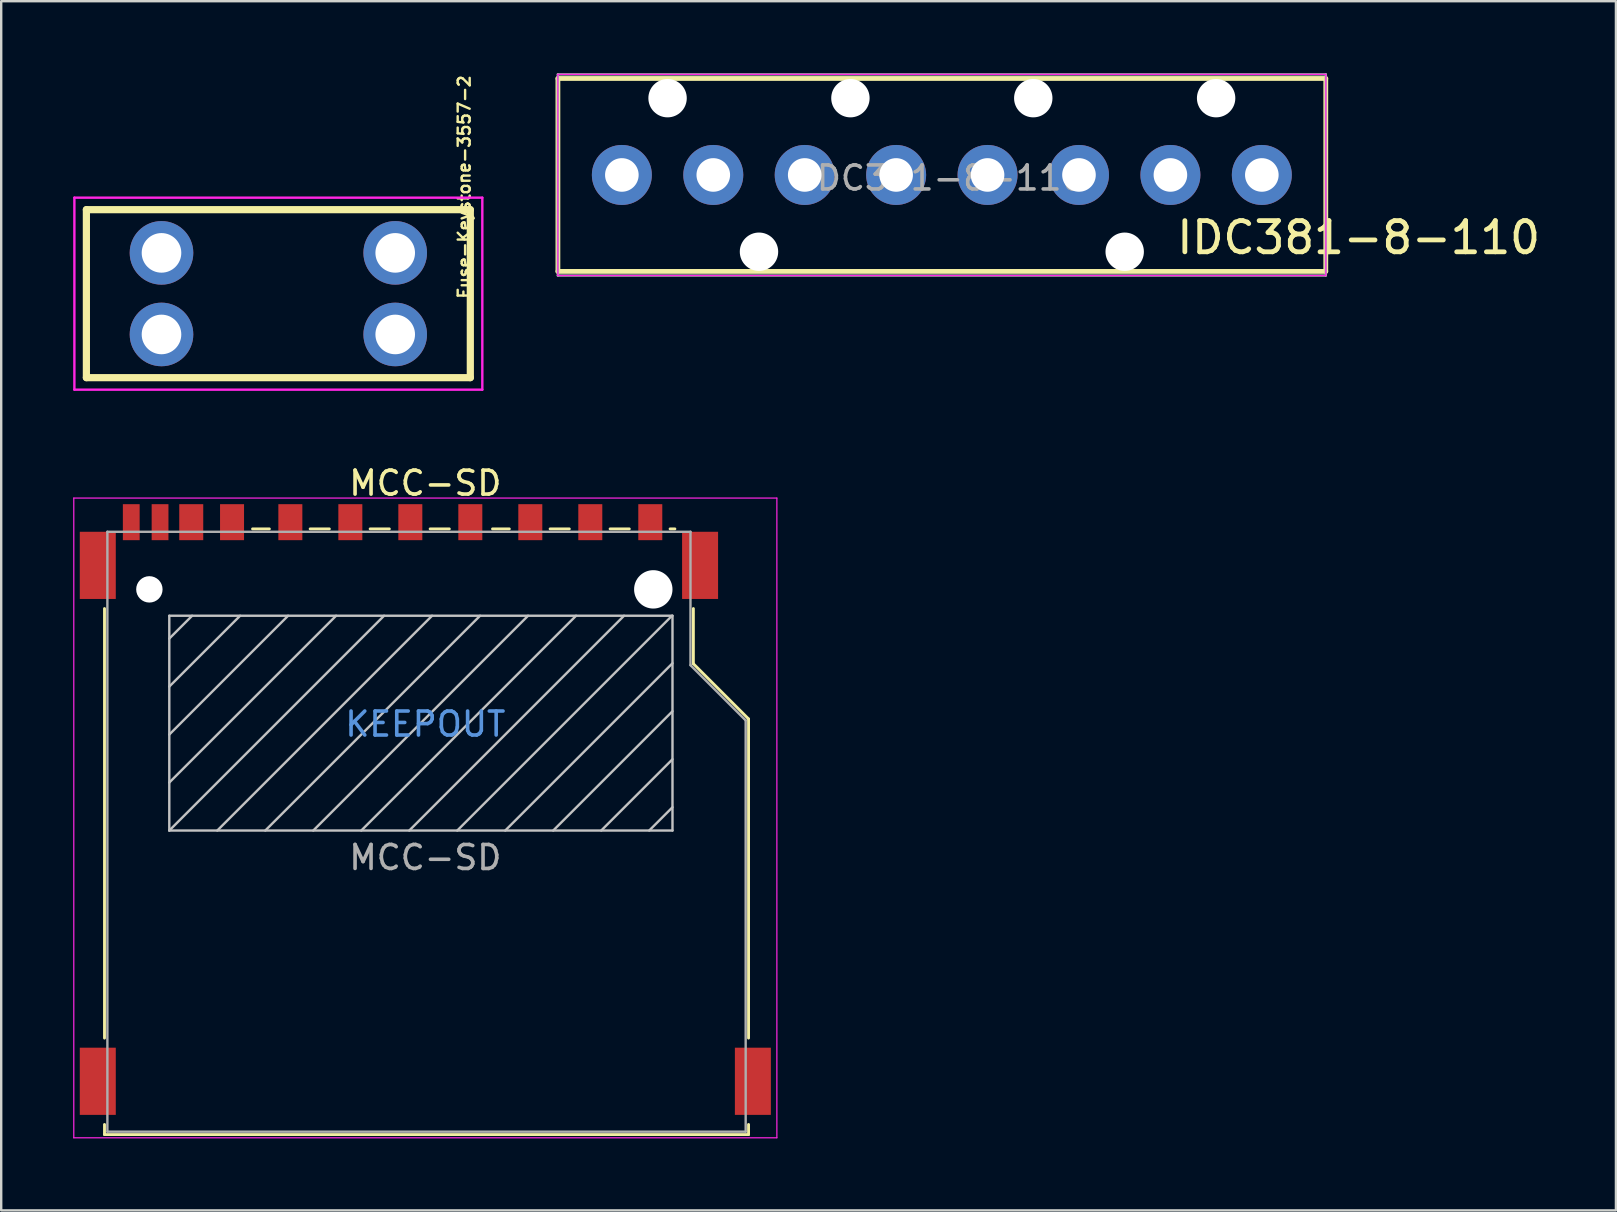
<source format=kicad_pcb>
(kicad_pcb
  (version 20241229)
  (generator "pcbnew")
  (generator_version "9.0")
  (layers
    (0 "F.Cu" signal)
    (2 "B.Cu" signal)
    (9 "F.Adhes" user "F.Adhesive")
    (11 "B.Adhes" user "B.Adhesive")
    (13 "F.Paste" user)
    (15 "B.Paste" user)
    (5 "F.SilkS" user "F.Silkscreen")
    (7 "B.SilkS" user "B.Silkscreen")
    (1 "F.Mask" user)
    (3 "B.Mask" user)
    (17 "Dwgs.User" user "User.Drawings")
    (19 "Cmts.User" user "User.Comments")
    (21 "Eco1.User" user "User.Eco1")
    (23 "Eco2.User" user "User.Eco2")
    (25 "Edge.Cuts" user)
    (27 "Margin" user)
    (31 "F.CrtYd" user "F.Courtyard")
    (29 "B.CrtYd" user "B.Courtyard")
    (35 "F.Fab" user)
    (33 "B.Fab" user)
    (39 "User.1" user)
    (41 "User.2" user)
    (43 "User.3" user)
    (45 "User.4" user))
  (footprint "MCC-SD"
    (layer "F.Cu")
    (at 14.675 30.686)
    (property "Reference" "MCC-SD" (at 0 -13.6 0) (layer "F.SilkS") (effects (font (size 1 1) (thickness 0.15))))
    (attr smd)
    (fp_line (start -13.37 -8.375) (end -13.37 9.525) (stroke (width 0.12) (type solid)) (layer "F.SilkS"))
    (fp_line (start -13.37 13.125) (end -13.37 13.545) (stroke (width 0.12) (type solid)) (layer "F.SilkS"))
    (fp_line (start -13.37 13.545) (end 13.47 13.545) (stroke (width 0.12) (type solid)) (layer "F.SilkS"))
    (fp_line (start -7.2 -11.695) (end -6.5 -11.695) (stroke (width 0.12) (type solid)) (layer "F.SilkS"))
    (fp_line (start -4.8 -11.695) (end -4 -11.695) (stroke (width 0.12) (type solid)) (layer "F.SilkS"))
    (fp_line (start -2.3 -11.695) (end -1.5 -11.695) (stroke (width 0.12) (type solid)) (layer "F.SilkS"))
    (fp_line (start 0.2 -11.695) (end 1 -11.695) (stroke (width 0.12) (type solid)) (layer "F.SilkS"))
    (fp_line (start 2.8 -11.695) (end 3.5 -11.695) (stroke (width 0.12) (type solid)) (layer "F.SilkS"))
    (fp_line (start 5.2 -11.695) (end 6 -11.695) (stroke (width 0.12) (type solid)) (layer "F.SilkS"))
    (fp_line (start 7.7 -11.695) (end 8.5 -11.695) (stroke (width 0.12) (type solid)) (layer "F.SilkS"))
    (fp_line (start 10.2 -11.695) (end 10.4 -11.695) (stroke (width 0.12) (type solid)) (layer "F.SilkS"))
    (fp_line (start 11.17 -8.375) (end 11.17 -6.075) (stroke (width 0.12) (type solid)) (layer "F.SilkS"))
    (fp_line (start 11.17 -6.075) (end 13.47 -3.775) (stroke (width 0.12) (type solid)) (layer "F.SilkS"))
    (fp_line (start 13.47 -3.775) (end 13.47 9.525) (stroke (width 0.12) (type solid)) (layer "F.SilkS"))
    (fp_line (start 13.47 13.545) (end 13.47 13.125) (stroke (width 0.12) (type solid)) (layer "F.SilkS"))
    (fp_line (start -10.67 -8.075) (end -10.67 0.875) (stroke (width 0.1) (type solid)) (layer "Dwgs.User"))
    (fp_line (start -10.67 0.875) (end 10.3 0.875) (stroke (width 0.1) (type solid)) (layer "Dwgs.User"))
    (fp_line (start -9.72 -8.075) (end -10.67 -7.125) (stroke (width 0.1) (type solid)) (layer "Dwgs.User"))
    (fp_line (start -7.72 -8.075) (end -10.67 -5.125) (stroke (width 0.1) (type solid)) (layer "Dwgs.User"))
    (fp_line (start -5.72 -8.075) (end -10.67 -3.125) (stroke (width 0.1) (type solid)) (layer "Dwgs.User"))
    (fp_line (start -3.72 -8.075) (end -10.67 -1.125) (stroke (width 0.1) (type solid)) (layer "Dwgs.User"))
    (fp_line (start -1.72 -8.075) (end -10.67 0.875) (stroke (width 0.1) (type solid)) (layer "Dwgs.User"))
    (fp_line (start 0.28 -8.075) (end -8.67 0.875) (stroke (width 0.1) (type solid)) (layer "Dwgs.User"))
    (fp_line (start 2.28 -8.075) (end -6.67 0.875) (stroke (width 0.1) (type solid)) (layer "Dwgs.User"))
    (fp_line (start 4.28 -8.075) (end -4.67 0.875) (stroke (width 0.1) (type solid)) (layer "Dwgs.User"))
    (fp_line (start 6.28 -8.075) (end -2.67 0.875) (stroke (width 0.1) (type solid)) (layer "Dwgs.User"))
    (fp_line (start 8.28 -8.075) (end -0.67 0.875) (stroke (width 0.1) (type solid)) (layer "Dwgs.User"))
    (fp_line (start 10.28 -8.075) (end 1.33 0.875) (stroke (width 0.1) (type solid)) (layer "Dwgs.User"))
    (fp_line (start 10.3 -8.075) (end -10.67 -8.075) (stroke (width 0.1) (type solid)) (layer "Dwgs.User"))
    (fp_line (start 10.3 -6.095) (end 3.33 0.875) (stroke (width 0.1) (type solid)) (layer "Dwgs.User"))
    (fp_line (start 10.3 -4.095) (end 5.33 0.875) (stroke (width 0.1) (type solid)) (layer "Dwgs.User"))
    (fp_line (start 10.3 -2.095) (end 7.33 0.875) (stroke (width 0.1) (type solid)) (layer "Dwgs.User"))
    (fp_line (start 10.3 -0.095) (end 9.33 0.875) (stroke (width 0.1) (type solid)) (layer "Dwgs.User"))
    (fp_line (start 10.3 0.875) (end 10.3 -8.075) (stroke (width 0.1) (type solid)) (layer "Dwgs.User"))
    (fp_line (start -14.65 -12.98) (end -14.65 13.68) (stroke (width 0.05) (type solid)) (layer "F.CrtYd"))
    (fp_line (start -14.65 -12.98) (end 14.65 -12.98) (stroke (width 0.05) (type solid)) (layer "F.CrtYd"))
    (fp_line (start 14.65 13.68) (end -14.65 13.68) (stroke (width 0.05) (type solid)) (layer "F.CrtYd"))
    (fp_line (start 14.65 13.68) (end 14.65 -12.98) (stroke (width 0.05) (type solid)) (layer "F.CrtYd"))
    (fp_line (start -13.25 -11.575) (end -13.25 13.425) (stroke (width 0.1) (type solid)) (layer "F.Fab"))
    (fp_line (start -13.25 13.425) (end 13.35 13.425) (stroke (width 0.1) (type solid)) (layer "F.Fab"))
    (fp_line (start 11.05 -11.575) (end -13.25 -11.575) (stroke (width 0.1) (type solid)) (layer "F.Fab"))
    (fp_line (start 11.05 -6.015) (end 11.05 -11.575) (stroke (width 0.1) (type solid)) (layer "F.Fab"))
    (fp_line (start 13.35 -3.715) (end 11.05 -6.015) (stroke (width 0.1) (type solid)) (layer "F.Fab"))
    (fp_line (start 13.35 13.425) (end 13.35 -3.715) (stroke (width 0.1) (type solid)) (layer "F.Fab"))
    (fp_text user "KEEPOUT" (at 0 -3.56 0) (layer "Cmts.User") (effects (font (size 1 1) (thickness 0.15))))
    (fp_text user "${REFERENCE}" (at 0 2 0) (layer "F.Fab") (effects (font (size 1 1) (thickness 0.15))))
    (pad "" np_thru_hole circle (at -11.5 -9.175) (size 1.1 1.1) (drill 1.1) (layers "*.Cu" "*.Mask"))
    (pad "" np_thru_hole circle (at 9.5 -9.175) (size 1.6 1.6) (drill 1.6) (layers "*.Cu" "*.Mask"))
    (pad "1" smd rect (at 6.875 -11.975) (size 1 1.5) (layers "F.Cu" "F.Mask" "F.Paste"))
    (pad "2" smd rect (at 4.375 -11.975) (size 1 1.5) (layers "F.Cu" "F.Mask" "F.Paste"))
    (pad "3" smd rect (at 1.875 -11.975) (size 1 1.5) (layers "F.Cu" "F.Mask" "F.Paste"))
    (pad "4" smd rect (at -0.625 -11.975) (size 1 1.5) (layers "F.Cu" "F.Mask" "F.Paste"))
    (pad "5" smd rect (at -3.125 -11.975) (size 1 1.5) (layers "F.Cu" "F.Mask" "F.Paste"))
    (pad "6" smd rect (at -5.625 -11.975) (size 1 1.5) (layers "F.Cu" "F.Mask" "F.Paste"))
    (pad "7" smd rect (at -8.055 -11.975) (size 1 1.5) (layers "F.Cu" "F.Mask" "F.Paste"))
    (pad "8" smd rect (at -9.755 -11.975) (size 1 1.5) (layers "F.Cu" "F.Mask" "F.Paste"))
    (pad "9" smd rect (at 9.375 -11.975) (size 1 1.5) (layers "F.Cu" "F.Mask" "F.Paste"))
    (pad "10" smd rect (at -11.055 -11.975) (size 0.7 1.5) (layers "F.Cu" "F.Mask" "F.Paste"))
    (pad "11" smd rect (at -12.255 -11.975) (size 0.7 1.5) (layers "F.Cu" "F.Mask" "F.Paste"))
    (pad "12" smd rect (at -13.65 -10.175) (size 1.5 2.8) (layers "F.Cu" "F.Mask" "F.Paste"))
    (pad "12" smd rect (at -13.65 11.325) (size 1.5 2.8) (layers "F.Cu" "F.Mask" "F.Paste"))
    (pad "12" smd rect (at 11.45 -10.175) (size 1.5 2.8) (layers "F.Cu" "F.Mask" "F.Paste"))
    (pad "12" smd rect (at 13.65 11.325) (size 1.5 2.8) (layers "F.Cu" "F.Mask" "F.Paste")))
  (footprint "IDC381-8-110"
    (layer "F.Cu")
    (at 36.2 4.241)
    (property "Reference" "IDC381-8-110" (at 17.37 2.612 0) (layer "F.SilkS") (effects (font (size 1.3 1.3) (thickness 0.2))))
    (attr through_hole)
    (fp_line (start -16 -4.02) (end -16 4.02) (stroke (width 0.2) (type solid)) (layer "F.SilkS"))
    (fp_line (start -16 -4.02) (end 16 -4.02) (stroke (width 0.2) (type solid)) (layer "F.SilkS"))
    (fp_line (start 16 -4.02) (end 16 4.02) (stroke (width 0.2) (type solid)) (layer "F.SilkS"))
    (fp_line (start 16 4.02) (end -16 4.02) (stroke (width 0.2) (type solid)) (layer "F.SilkS"))
    (fp_line (start -16.002 -4.191) (end 16.002 -4.191) (stroke (width 0.05) (type solid)) (layer "F.CrtYd"))
    (fp_line (start -16.002 4.191) (end -16.002 -4.191) (stroke (width 0.05) (type solid)) (layer "F.CrtYd"))
    (fp_line (start 16.002 -4.191) (end 16.002 4.191) (stroke (width 0.05) (type solid)) (layer "F.CrtYd"))
    (fp_line (start 16.002 4.191) (end -16.002 4.191) (stroke (width 0.05) (type solid)) (layer "F.CrtYd"))
    (fp_line (start -16.002 -4.191) (end 16.002 -4.191) (stroke (width 0.1) (type solid)) (layer "F.Fab"))
    (fp_line (start -16.002 4.191) (end -16.002 -4.191) (stroke (width 0.1) (type solid)) (layer "F.Fab"))
    (fp_line (start 16.002 -4.191) (end 16.002 4.191) (stroke (width 0.1) (type solid)) (layer "F.Fab"))
    (fp_line (start 16.002 4.191) (end -16.002 4.191) (stroke (width 0.1) (type solid)) (layer "F.Fab"))
    (fp_text user "${REFERENCE}" (at 0.127 0.127 0) (layer "F.Fab") (effects (font (size 1 1) (thickness 0.15))))
    (pad "" np_thru_hole circle (at -11.43 -3.2) (size 1.6 1.6) (drill 1.6) (layers "*.Cu" "*.Mask"))
    (pad "" np_thru_hole circle (at -7.62 3.2) (size 1.6 1.6) (drill 1.6) (layers "*.Cu" "*.Mask"))
    (pad "" np_thru_hole circle (at -3.81 -3.2) (size 1.6 1.6) (drill 1.6) (layers "*.Cu" "*.Mask"))
    (pad "" np_thru_hole circle (at 3.81 -3.2) (size 1.6 1.6) (drill 1.6) (layers "*.Cu" "*.Mask"))
    (pad "" np_thru_hole circle (at 7.62 3.2) (size 1.6 1.6) (drill 1.6) (layers "*.Cu" "*.Mask"))
    (pad "" np_thru_hole circle (at 11.43 -3.2) (size 1.6 1.6) (drill 1.6) (layers "*.Cu" "*.Mask"))
    (pad "1" thru_hole circle (at -13.335 0) (size 2.5 2.5) (drill 1.4) (layers "*.Cu" "*.Mask"))
    (pad "2" thru_hole circle (at -9.525 0) (size 2.5 2.5) (drill 1.4) (layers "*.Cu" "*.Mask"))
    (pad "3" thru_hole circle (at -5.715 0) (size 2.5 2.5) (drill 1.4) (layers "*.Cu" "*.Mask"))
    (pad "4" thru_hole circle (at -1.905 0) (size 2.5 2.5) (drill 1.4) (layers "*.Cu" "*.Mask"))
    (pad "5" thru_hole circle (at 1.905 0) (size 2.5 2.5) (drill 1.4) (layers "*.Cu" "*.Mask"))
    (pad "6" thru_hole circle (at 5.715 0) (size 2.5 2.5) (drill 1.4) (layers "*.Cu" "*.Mask"))
    (pad "7" thru_hole circle (at 9.525 0) (size 2.5 2.5) (drill 1.4) (layers "*.Cu" "*.Mask"))
    (pad "8" thru_hole circle (at 13.335 0) (size 2.5 2.5) (drill 1.4) (layers "*.Cu" "*.Mask")))
  (footprint "Fuse-Keystone-3557-2"
    (layer "F.Cu")
    (at 8.55 9.188)
    (property "Reference" "Fuse-Keystone-3557-2" (at 7.747 -4.445 270) (layer "F.SilkS") (effects (font (size 0.5 0.5) (thickness 0.1))))
    (attr through_hole)
    (fp_line (start -8 -3.5) (end -8 3.5) (stroke (width 0.3) (type solid)) (layer "F.SilkS"))
    (fp_line (start -8 3.5) (end 8 3.5) (stroke (width 0.3) (type solid)) (layer "F.SilkS"))
    (fp_line (start 8 -3.5) (end -8 -3.5) (stroke (width 0.3) (type solid)) (layer "F.SilkS"))
    (fp_line (start 8 3.5) (end 8 -3.5) (stroke (width 0.3) (type solid)) (layer "F.SilkS"))
    (fp_line (start -8.5 -4) (end 8.5 -4) (stroke (width 0.1) (type solid)) (layer "F.CrtYd"))
    (fp_line (start -8.5 4) (end -8.5 -4) (stroke (width 0.1) (type solid)) (layer "F.CrtYd"))
    (fp_line (start 8.5 -4) (end 8.5 4) (stroke (width 0.1) (type solid)) (layer "F.CrtYd"))
    (fp_line (start 8.5 4) (end -8.5 4) (stroke (width 0.1) (type solid)) (layer "F.CrtYd"))
    (pad "1" thru_hole circle (at -4.87 -1.7) (size 2.65 2.65) (drill 1.65) (layers "*.Cu" "*.Mask"))
    (pad "1" thru_hole circle (at -4.87 1.7) (size 2.65 2.65) (drill 1.65) (layers "*.Cu" "*.Mask"))
    (pad "2" thru_hole circle (at 4.87 -1.7) (size 2.65 2.65) (drill 1.65) (layers "*.Cu" "*.Mask"))
    (pad "2" thru_hole circle (at 4.87 1.7) (size 2.65 2.65) (drill 1.65) (layers "*.Cu" "*.Mask")))
  (gr_rect
    (start -3 -3)
    (end 64.292 47.391)
    (stroke (width 0.1) (type default))
    (fill no)
    (layer "Edge.Cuts")))
</source>
